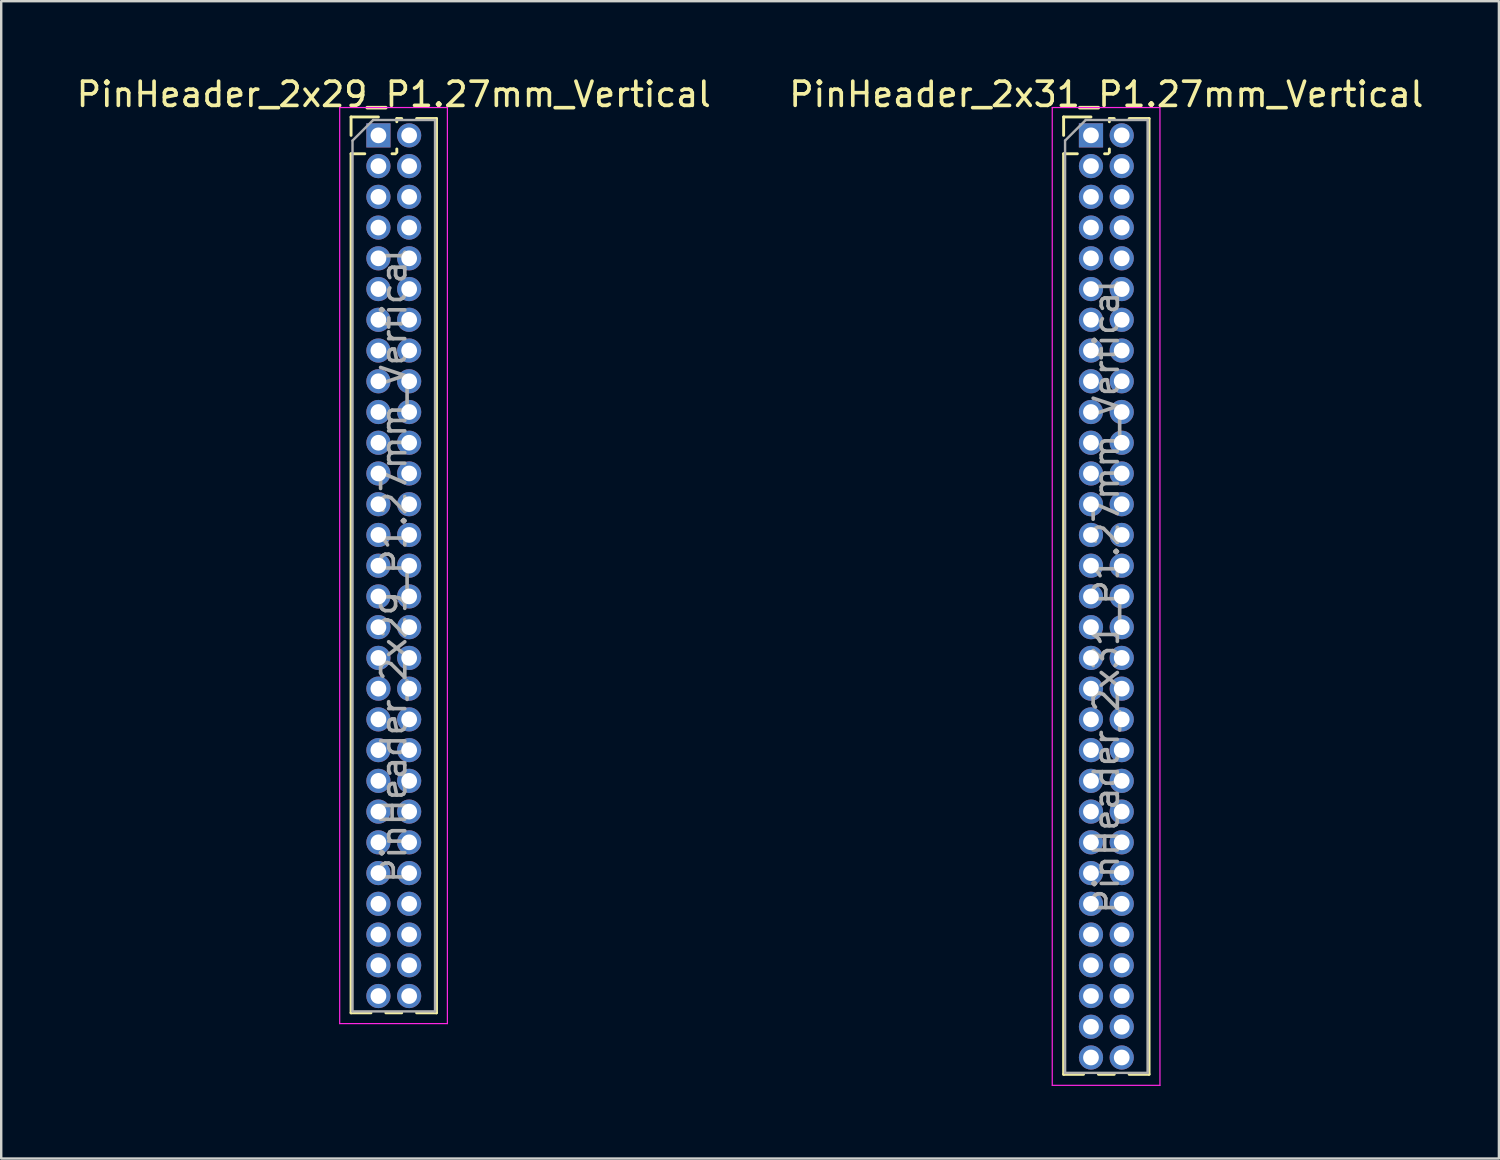
<source format=kicad_pcb>
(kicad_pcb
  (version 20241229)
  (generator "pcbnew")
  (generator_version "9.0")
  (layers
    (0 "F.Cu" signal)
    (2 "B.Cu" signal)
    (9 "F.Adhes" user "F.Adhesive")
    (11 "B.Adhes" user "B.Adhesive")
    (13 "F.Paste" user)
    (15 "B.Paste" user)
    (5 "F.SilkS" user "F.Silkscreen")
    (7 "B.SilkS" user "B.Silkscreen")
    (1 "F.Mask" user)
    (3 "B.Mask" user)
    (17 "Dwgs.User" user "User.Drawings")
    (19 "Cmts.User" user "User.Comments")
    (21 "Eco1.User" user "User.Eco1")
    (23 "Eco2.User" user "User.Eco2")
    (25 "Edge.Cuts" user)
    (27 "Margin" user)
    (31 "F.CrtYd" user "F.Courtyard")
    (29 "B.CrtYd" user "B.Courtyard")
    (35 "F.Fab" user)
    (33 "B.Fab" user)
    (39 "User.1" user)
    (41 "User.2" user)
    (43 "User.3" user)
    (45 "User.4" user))
  (footprint "PinHeader_2x29_P1.27mm_Vertical"
    (layer "F.Cu")
    (at 12.585 2.543)
    (property "Reference" "PinHeader_2x29_P1.27mm_Vertical" (at 0.635 -1.695 0) (layer "F.SilkS") (effects (font (size 1 1) (thickness 0.15))))
    (attr through_hole)
    (fp_line (start -1.13 -0.76) (end 0 -0.76) (stroke (width 0.12) (type solid)) (layer "F.SilkS"))
    (fp_line (start -1.13 0) (end -1.13 -0.76) (stroke (width 0.12) (type solid)) (layer "F.SilkS"))
    (fp_line (start -1.13 0.76) (end -1.13 36.255) (stroke (width 0.12) (type solid)) (layer "F.SilkS"))
    (fp_line (start -1.13 0.76) (end -0.563 0.76) (stroke (width 0.12) (type solid)) (layer "F.SilkS"))
    (fp_line (start -1.13 36.255) (end -0.308 36.255) (stroke (width 0.12) (type solid)) (layer "F.SilkS"))
    (fp_line (start 0.308 36.255) (end 0.962 36.255) (stroke (width 0.12) (type solid)) (layer "F.SilkS"))
    (fp_line (start 0.563 0.76) (end 0.707 0.76) (stroke (width 0.12) (type solid)) (layer "F.SilkS"))
    (fp_line (start 0.76 -0.695) (end 0.962 -0.695) (stroke (width 0.12) (type solid)) (layer "F.SilkS"))
    (fp_line (start 0.76 -0.563) (end 0.76 -0.695) (stroke (width 0.12) (type solid)) (layer "F.SilkS"))
    (fp_line (start 0.76 0.707) (end 0.76 0.563) (stroke (width 0.12) (type solid)) (layer "F.SilkS"))
    (fp_line (start 1.578 -0.695) (end 2.4 -0.695) (stroke (width 0.12) (type solid)) (layer "F.SilkS"))
    (fp_line (start 1.578 36.255) (end 2.4 36.255) (stroke (width 0.12) (type solid)) (layer "F.SilkS"))
    (fp_line (start 2.4 -0.695) (end 2.4 36.255) (stroke (width 0.12) (type solid)) (layer "F.SilkS"))
    (fp_line (start -1.6 -1.15) (end -1.6 36.7) (stroke (width 0.05) (type solid)) (layer "F.CrtYd"))
    (fp_line (start -1.6 36.7) (end 2.85 36.7) (stroke (width 0.05) (type solid)) (layer "F.CrtYd"))
    (fp_line (start 2.85 -1.15) (end -1.6 -1.15) (stroke (width 0.05) (type solid)) (layer "F.CrtYd"))
    (fp_line (start 2.85 36.7) (end 2.85 -1.15) (stroke (width 0.05) (type solid)) (layer "F.CrtYd"))
    (fp_line (start -1.07 0.217) (end -0.217 -0.635) (stroke (width 0.1) (type solid)) (layer "F.Fab"))
    (fp_line (start -1.07 36.195) (end -1.07 0.217) (stroke (width 0.1) (type solid)) (layer "F.Fab"))
    (fp_line (start -0.217 -0.635) (end 2.34 -0.635) (stroke (width 0.1) (type solid)) (layer "F.Fab"))
    (fp_line (start 2.34 -0.635) (end 2.34 36.195) (stroke (width 0.1) (type solid)) (layer "F.Fab"))
    (fp_line (start 2.34 36.195) (end -1.07 36.195) (stroke (width 0.1) (type solid)) (layer "F.Fab"))
    (fp_text user "${REFERENCE}" (at 0.635 17.78 90) (layer "F.Fab") (effects (font (size 1 1) (thickness 0.15))))
    (pad "1" thru_hole rect (at 0 0) (size 1 1) (drill 0.65) (layers "*.Cu" "*.Mask"))
    (pad "2" thru_hole oval (at 1.27 0) (size 1 1) (drill 0.65) (layers "*.Cu" "*.Mask"))
    (pad "3" thru_hole oval (at 0 1.27) (size 1 1) (drill 0.65) (layers "*.Cu" "*.Mask"))
    (pad "4" thru_hole oval (at 1.27 1.27) (size 1 1) (drill 0.65) (layers "*.Cu" "*.Mask"))
    (pad "5" thru_hole oval (at 0 2.54) (size 1 1) (drill 0.65) (layers "*.Cu" "*.Mask"))
    (pad "6" thru_hole oval (at 1.27 2.54) (size 1 1) (drill 0.65) (layers "*.Cu" "*.Mask"))
    (pad "7" thru_hole oval (at 0 3.81) (size 1 1) (drill 0.65) (layers "*.Cu" "*.Mask"))
    (pad "8" thru_hole oval (at 1.27 3.81) (size 1 1) (drill 0.65) (layers "*.Cu" "*.Mask"))
    (pad "9" thru_hole oval (at 0 5.08) (size 1 1) (drill 0.65) (layers "*.Cu" "*.Mask"))
    (pad "10" thru_hole oval (at 1.27 5.08) (size 1 1) (drill 0.65) (layers "*.Cu" "*.Mask"))
    (pad "11" thru_hole oval (at 0 6.35) (size 1 1) (drill 0.65) (layers "*.Cu" "*.Mask"))
    (pad "12" thru_hole oval (at 1.27 6.35) (size 1 1) (drill 0.65) (layers "*.Cu" "*.Mask"))
    (pad "13" thru_hole oval (at 0 7.62) (size 1 1) (drill 0.65) (layers "*.Cu" "*.Mask"))
    (pad "14" thru_hole oval (at 1.27 7.62) (size 1 1) (drill 0.65) (layers "*.Cu" "*.Mask"))
    (pad "15" thru_hole oval (at 0 8.89) (size 1 1) (drill 0.65) (layers "*.Cu" "*.Mask"))
    (pad "16" thru_hole oval (at 1.27 8.89) (size 1 1) (drill 0.65) (layers "*.Cu" "*.Mask"))
    (pad "17" thru_hole oval (at 0 10.16) (size 1 1) (drill 0.65) (layers "*.Cu" "*.Mask"))
    (pad "18" thru_hole oval (at 1.27 10.16) (size 1 1) (drill 0.65) (layers "*.Cu" "*.Mask"))
    (pad "19" thru_hole oval (at 0 11.43) (size 1 1) (drill 0.65) (layers "*.Cu" "*.Mask"))
    (pad "20" thru_hole oval (at 1.27 11.43) (size 1 1) (drill 0.65) (layers "*.Cu" "*.Mask"))
    (pad "21" thru_hole oval (at 0 12.7) (size 1 1) (drill 0.65) (layers "*.Cu" "*.Mask"))
    (pad "22" thru_hole oval (at 1.27 12.7) (size 1 1) (drill 0.65) (layers "*.Cu" "*.Mask"))
    (pad "23" thru_hole oval (at 0 13.97) (size 1 1) (drill 0.65) (layers "*.Cu" "*.Mask"))
    (pad "24" thru_hole oval (at 1.27 13.97) (size 1 1) (drill 0.65) (layers "*.Cu" "*.Mask"))
    (pad "25" thru_hole oval (at 0 15.24) (size 1 1) (drill 0.65) (layers "*.Cu" "*.Mask"))
    (pad "26" thru_hole oval (at 1.27 15.24) (size 1 1) (drill 0.65) (layers "*.Cu" "*.Mask"))
    (pad "27" thru_hole oval (at 0 16.51) (size 1 1) (drill 0.65) (layers "*.Cu" "*.Mask"))
    (pad "28" thru_hole oval (at 1.27 16.51) (size 1 1) (drill 0.65) (layers "*.Cu" "*.Mask"))
    (pad "29" thru_hole oval (at 0 17.78) (size 1 1) (drill 0.65) (layers "*.Cu" "*.Mask"))
    (pad "30" thru_hole oval (at 1.27 17.78) (size 1 1) (drill 0.65) (layers "*.Cu" "*.Mask"))
    (pad "31" thru_hole oval (at 0 19.05) (size 1 1) (drill 0.65) (layers "*.Cu" "*.Mask"))
    (pad "32" thru_hole oval (at 1.27 19.05) (size 1 1) (drill 0.65) (layers "*.Cu" "*.Mask"))
    (pad "33" thru_hole oval (at 0 20.32) (size 1 1) (drill 0.65) (layers "*.Cu" "*.Mask"))
    (pad "34" thru_hole oval (at 1.27 20.32) (size 1 1) (drill 0.65) (layers "*.Cu" "*.Mask"))
    (pad "35" thru_hole oval (at 0 21.59) (size 1 1) (drill 0.65) (layers "*.Cu" "*.Mask"))
    (pad "36" thru_hole oval (at 1.27 21.59) (size 1 1) (drill 0.65) (layers "*.Cu" "*.Mask"))
    (pad "37" thru_hole oval (at 0 22.86) (size 1 1) (drill 0.65) (layers "*.Cu" "*.Mask"))
    (pad "38" thru_hole oval (at 1.27 22.86) (size 1 1) (drill 0.65) (layers "*.Cu" "*.Mask"))
    (pad "39" thru_hole oval (at 0 24.13) (size 1 1) (drill 0.65) (layers "*.Cu" "*.Mask"))
    (pad "40" thru_hole oval (at 1.27 24.13) (size 1 1) (drill 0.65) (layers "*.Cu" "*.Mask"))
    (pad "41" thru_hole oval (at 0 25.4) (size 1 1) (drill 0.65) (layers "*.Cu" "*.Mask"))
    (pad "42" thru_hole oval (at 1.27 25.4) (size 1 1) (drill 0.65) (layers "*.Cu" "*.Mask"))
    (pad "43" thru_hole oval (at 0 26.67) (size 1 1) (drill 0.65) (layers "*.Cu" "*.Mask"))
    (pad "44" thru_hole oval (at 1.27 26.67) (size 1 1) (drill 0.65) (layers "*.Cu" "*.Mask"))
    (pad "45" thru_hole oval (at 0 27.94) (size 1 1) (drill 0.65) (layers "*.Cu" "*.Mask"))
    (pad "46" thru_hole oval (at 1.27 27.94) (size 1 1) (drill 0.65) (layers "*.Cu" "*.Mask"))
    (pad "47" thru_hole oval (at 0 29.21) (size 1 1) (drill 0.65) (layers "*.Cu" "*.Mask"))
    (pad "48" thru_hole oval (at 1.27 29.21) (size 1 1) (drill 0.65) (layers "*.Cu" "*.Mask"))
    (pad "49" thru_hole oval (at 0 30.48) (size 1 1) (drill 0.65) (layers "*.Cu" "*.Mask"))
    (pad "50" thru_hole oval (at 1.27 30.48) (size 1 1) (drill 0.65) (layers "*.Cu" "*.Mask"))
    (pad "51" thru_hole oval (at 0 31.75) (size 1 1) (drill 0.65) (layers "*.Cu" "*.Mask"))
    (pad "52" thru_hole oval (at 1.27 31.75) (size 1 1) (drill 0.65) (layers "*.Cu" "*.Mask"))
    (pad "53" thru_hole oval (at 0 33.02) (size 1 1) (drill 0.65) (layers "*.Cu" "*.Mask"))
    (pad "54" thru_hole oval (at 1.27 33.02) (size 1 1) (drill 0.65) (layers "*.Cu" "*.Mask"))
    (pad "55" thru_hole oval (at 0 34.29) (size 1 1) (drill 0.65) (layers "*.Cu" "*.Mask"))
    (pad "56" thru_hole oval (at 1.27 34.29) (size 1 1) (drill 0.65) (layers "*.Cu" "*.Mask"))
    (pad "57" thru_hole oval (at 0 35.56) (size 1 1) (drill 0.65) (layers "*.Cu" "*.Mask"))
    (pad "58" thru_hole oval (at 1.27 35.56) (size 1 1) (drill 0.65) (layers "*.Cu" "*.Mask")))
  (footprint "PinHeader_2x31_P1.27mm_Vertical"
    (layer "F.Cu")
    (at 42.026 2.543)
    (property "Reference" "PinHeader_2x31_P1.27mm_Vertical" (at 0.635 -1.695 0) (layer "F.SilkS") (effects (font (size 1 1) (thickness 0.15))))
    (attr through_hole)
    (fp_line (start -1.13 -0.76) (end 0 -0.76) (stroke (width 0.12) (type solid)) (layer "F.SilkS"))
    (fp_line (start -1.13 0) (end -1.13 -0.76) (stroke (width 0.12) (type solid)) (layer "F.SilkS"))
    (fp_line (start -1.13 0.76) (end -1.13 38.795) (stroke (width 0.12) (type solid)) (layer "F.SilkS"))
    (fp_line (start -1.13 0.76) (end -0.563 0.76) (stroke (width 0.12) (type solid)) (layer "F.SilkS"))
    (fp_line (start -1.13 38.795) (end -0.308 38.795) (stroke (width 0.12) (type solid)) (layer "F.SilkS"))
    (fp_line (start 0.308 38.795) (end 0.962 38.795) (stroke (width 0.12) (type solid)) (layer "F.SilkS"))
    (fp_line (start 0.563 0.76) (end 0.707 0.76) (stroke (width 0.12) (type solid)) (layer "F.SilkS"))
    (fp_line (start 0.76 -0.695) (end 0.962 -0.695) (stroke (width 0.12) (type solid)) (layer "F.SilkS"))
    (fp_line (start 0.76 -0.563) (end 0.76 -0.695) (stroke (width 0.12) (type solid)) (layer "F.SilkS"))
    (fp_line (start 0.76 0.707) (end 0.76 0.563) (stroke (width 0.12) (type solid)) (layer "F.SilkS"))
    (fp_line (start 1.578 -0.695) (end 2.4 -0.695) (stroke (width 0.12) (type solid)) (layer "F.SilkS"))
    (fp_line (start 1.578 38.795) (end 2.4 38.795) (stroke (width 0.12) (type solid)) (layer "F.SilkS"))
    (fp_line (start 2.4 -0.695) (end 2.4 38.795) (stroke (width 0.12) (type solid)) (layer "F.SilkS"))
    (fp_line (start -1.6 -1.15) (end -1.6 39.25) (stroke (width 0.05) (type solid)) (layer "F.CrtYd"))
    (fp_line (start -1.6 39.25) (end 2.85 39.25) (stroke (width 0.05) (type solid)) (layer "F.CrtYd"))
    (fp_line (start 2.85 -1.15) (end -1.6 -1.15) (stroke (width 0.05) (type solid)) (layer "F.CrtYd"))
    (fp_line (start 2.85 39.25) (end 2.85 -1.15) (stroke (width 0.05) (type solid)) (layer "F.CrtYd"))
    (fp_line (start -1.07 0.217) (end -0.217 -0.635) (stroke (width 0.1) (type solid)) (layer "F.Fab"))
    (fp_line (start -1.07 38.735) (end -1.07 0.217) (stroke (width 0.1) (type solid)) (layer "F.Fab"))
    (fp_line (start -0.217 -0.635) (end 2.34 -0.635) (stroke (width 0.1) (type solid)) (layer "F.Fab"))
    (fp_line (start 2.34 -0.635) (end 2.34 38.735) (stroke (width 0.1) (type solid)) (layer "F.Fab"))
    (fp_line (start 2.34 38.735) (end -1.07 38.735) (stroke (width 0.1) (type solid)) (layer "F.Fab"))
    (fp_text user "${REFERENCE}" (at 0.635 19.05 90) (layer "F.Fab") (effects (font (size 1 1) (thickness 0.15))))
    (pad "1" thru_hole rect (at 0 0) (size 1 1) (drill 0.65) (layers "*.Cu" "*.Mask"))
    (pad "2" thru_hole oval (at 1.27 0) (size 1 1) (drill 0.65) (layers "*.Cu" "*.Mask"))
    (pad "3" thru_hole oval (at 0 1.27) (size 1 1) (drill 0.65) (layers "*.Cu" "*.Mask"))
    (pad "4" thru_hole oval (at 1.27 1.27) (size 1 1) (drill 0.65) (layers "*.Cu" "*.Mask"))
    (pad "5" thru_hole oval (at 0 2.54) (size 1 1) (drill 0.65) (layers "*.Cu" "*.Mask"))
    (pad "6" thru_hole oval (at 1.27 2.54) (size 1 1) (drill 0.65) (layers "*.Cu" "*.Mask"))
    (pad "7" thru_hole oval (at 0 3.81) (size 1 1) (drill 0.65) (layers "*.Cu" "*.Mask"))
    (pad "8" thru_hole oval (at 1.27 3.81) (size 1 1) (drill 0.65) (layers "*.Cu" "*.Mask"))
    (pad "9" thru_hole oval (at 0 5.08) (size 1 1) (drill 0.65) (layers "*.Cu" "*.Mask"))
    (pad "10" thru_hole oval (at 1.27 5.08) (size 1 1) (drill 0.65) (layers "*.Cu" "*.Mask"))
    (pad "11" thru_hole oval (at 0 6.35) (size 1 1) (drill 0.65) (layers "*.Cu" "*.Mask"))
    (pad "12" thru_hole oval (at 1.27 6.35) (size 1 1) (drill 0.65) (layers "*.Cu" "*.Mask"))
    (pad "13" thru_hole oval (at 0 7.62) (size 1 1) (drill 0.65) (layers "*.Cu" "*.Mask"))
    (pad "14" thru_hole oval (at 1.27 7.62) (size 1 1) (drill 0.65) (layers "*.Cu" "*.Mask"))
    (pad "15" thru_hole oval (at 0 8.89) (size 1 1) (drill 0.65) (layers "*.Cu" "*.Mask"))
    (pad "16" thru_hole oval (at 1.27 8.89) (size 1 1) (drill 0.65) (layers "*.Cu" "*.Mask"))
    (pad "17" thru_hole oval (at 0 10.16) (size 1 1) (drill 0.65) (layers "*.Cu" "*.Mask"))
    (pad "18" thru_hole oval (at 1.27 10.16) (size 1 1) (drill 0.65) (layers "*.Cu" "*.Mask"))
    (pad "19" thru_hole oval (at 0 11.43) (size 1 1) (drill 0.65) (layers "*.Cu" "*.Mask"))
    (pad "20" thru_hole oval (at 1.27 11.43) (size 1 1) (drill 0.65) (layers "*.Cu" "*.Mask"))
    (pad "21" thru_hole oval (at 0 12.7) (size 1 1) (drill 0.65) (layers "*.Cu" "*.Mask"))
    (pad "22" thru_hole oval (at 1.27 12.7) (size 1 1) (drill 0.65) (layers "*.Cu" "*.Mask"))
    (pad "23" thru_hole oval (at 0 13.97) (size 1 1) (drill 0.65) (layers "*.Cu" "*.Mask"))
    (pad "24" thru_hole oval (at 1.27 13.97) (size 1 1) (drill 0.65) (layers "*.Cu" "*.Mask"))
    (pad "25" thru_hole oval (at 0 15.24) (size 1 1) (drill 0.65) (layers "*.Cu" "*.Mask"))
    (pad "26" thru_hole oval (at 1.27 15.24) (size 1 1) (drill 0.65) (layers "*.Cu" "*.Mask"))
    (pad "27" thru_hole oval (at 0 16.51) (size 1 1) (drill 0.65) (layers "*.Cu" "*.Mask"))
    (pad "28" thru_hole oval (at 1.27 16.51) (size 1 1) (drill 0.65) (layers "*.Cu" "*.Mask"))
    (pad "29" thru_hole oval (at 0 17.78) (size 1 1) (drill 0.65) (layers "*.Cu" "*.Mask"))
    (pad "30" thru_hole oval (at 1.27 17.78) (size 1 1) (drill 0.65) (layers "*.Cu" "*.Mask"))
    (pad "31" thru_hole oval (at 0 19.05) (size 1 1) (drill 0.65) (layers "*.Cu" "*.Mask"))
    (pad "32" thru_hole oval (at 1.27 19.05) (size 1 1) (drill 0.65) (layers "*.Cu" "*.Mask"))
    (pad "33" thru_hole oval (at 0 20.32) (size 1 1) (drill 0.65) (layers "*.Cu" "*.Mask"))
    (pad "34" thru_hole oval (at 1.27 20.32) (size 1 1) (drill 0.65) (layers "*.Cu" "*.Mask"))
    (pad "35" thru_hole oval (at 0 21.59) (size 1 1) (drill 0.65) (layers "*.Cu" "*.Mask"))
    (pad "36" thru_hole oval (at 1.27 21.59) (size 1 1) (drill 0.65) (layers "*.Cu" "*.Mask"))
    (pad "37" thru_hole oval (at 0 22.86) (size 1 1) (drill 0.65) (layers "*.Cu" "*.Mask"))
    (pad "38" thru_hole oval (at 1.27 22.86) (size 1 1) (drill 0.65) (layers "*.Cu" "*.Mask"))
    (pad "39" thru_hole oval (at 0 24.13) (size 1 1) (drill 0.65) (layers "*.Cu" "*.Mask"))
    (pad "40" thru_hole oval (at 1.27 24.13) (size 1 1) (drill 0.65) (layers "*.Cu" "*.Mask"))
    (pad "41" thru_hole oval (at 0 25.4) (size 1 1) (drill 0.65) (layers "*.Cu" "*.Mask"))
    (pad "42" thru_hole oval (at 1.27 25.4) (size 1 1) (drill 0.65) (layers "*.Cu" "*.Mask"))
    (pad "43" thru_hole oval (at 0 26.67) (size 1 1) (drill 0.65) (layers "*.Cu" "*.Mask"))
    (pad "44" thru_hole oval (at 1.27 26.67) (size 1 1) (drill 0.65) (layers "*.Cu" "*.Mask"))
    (pad "45" thru_hole oval (at 0 27.94) (size 1 1) (drill 0.65) (layers "*.Cu" "*.Mask"))
    (pad "46" thru_hole oval (at 1.27 27.94) (size 1 1) (drill 0.65) (layers "*.Cu" "*.Mask"))
    (pad "47" thru_hole oval (at 0 29.21) (size 1 1) (drill 0.65) (layers "*.Cu" "*.Mask"))
    (pad "48" thru_hole oval (at 1.27 29.21) (size 1 1) (drill 0.65) (layers "*.Cu" "*.Mask"))
    (pad "49" thru_hole oval (at 0 30.48) (size 1 1) (drill 0.65) (layers "*.Cu" "*.Mask"))
    (pad "50" thru_hole oval (at 1.27 30.48) (size 1 1) (drill 0.65) (layers "*.Cu" "*.Mask"))
    (pad "51" thru_hole oval (at 0 31.75) (size 1 1) (drill 0.65) (layers "*.Cu" "*.Mask"))
    (pad "52" thru_hole oval (at 1.27 31.75) (size 1 1) (drill 0.65) (layers "*.Cu" "*.Mask"))
    (pad "53" thru_hole oval (at 0 33.02) (size 1 1) (drill 0.65) (layers "*.Cu" "*.Mask"))
    (pad "54" thru_hole oval (at 1.27 33.02) (size 1 1) (drill 0.65) (layers "*.Cu" "*.Mask"))
    (pad "55" thru_hole oval (at 0 34.29) (size 1 1) (drill 0.65) (layers "*.Cu" "*.Mask"))
    (pad "56" thru_hole oval (at 1.27 34.29) (size 1 1) (drill 0.65) (layers "*.Cu" "*.Mask"))
    (pad "57" thru_hole oval (at 0 35.56) (size 1 1) (drill 0.65) (layers "*.Cu" "*.Mask"))
    (pad "58" thru_hole oval (at 1.27 35.56) (size 1 1) (drill 0.65) (layers "*.Cu" "*.Mask"))
    (pad "59" thru_hole oval (at 0 36.83) (size 1 1) (drill 0.65) (layers "*.Cu" "*.Mask"))
    (pad "60" thru_hole oval (at 1.27 36.83) (size 1 1) (drill 0.65) (layers "*.Cu" "*.Mask"))
    (pad "61" thru_hole oval (at 0 38.1) (size 1 1) (drill 0.65) (layers "*.Cu" "*.Mask"))
    (pad "62" thru_hole oval (at 1.27 38.1) (size 1 1) (drill 0.65) (layers "*.Cu" "*.Mask")))
  (gr_rect
    (start -3 -3)
    (end 58.881 44.818)
    (stroke (width 0.1) (type default))
    (fill no)
    (layer "Edge.Cuts")))
</source>
